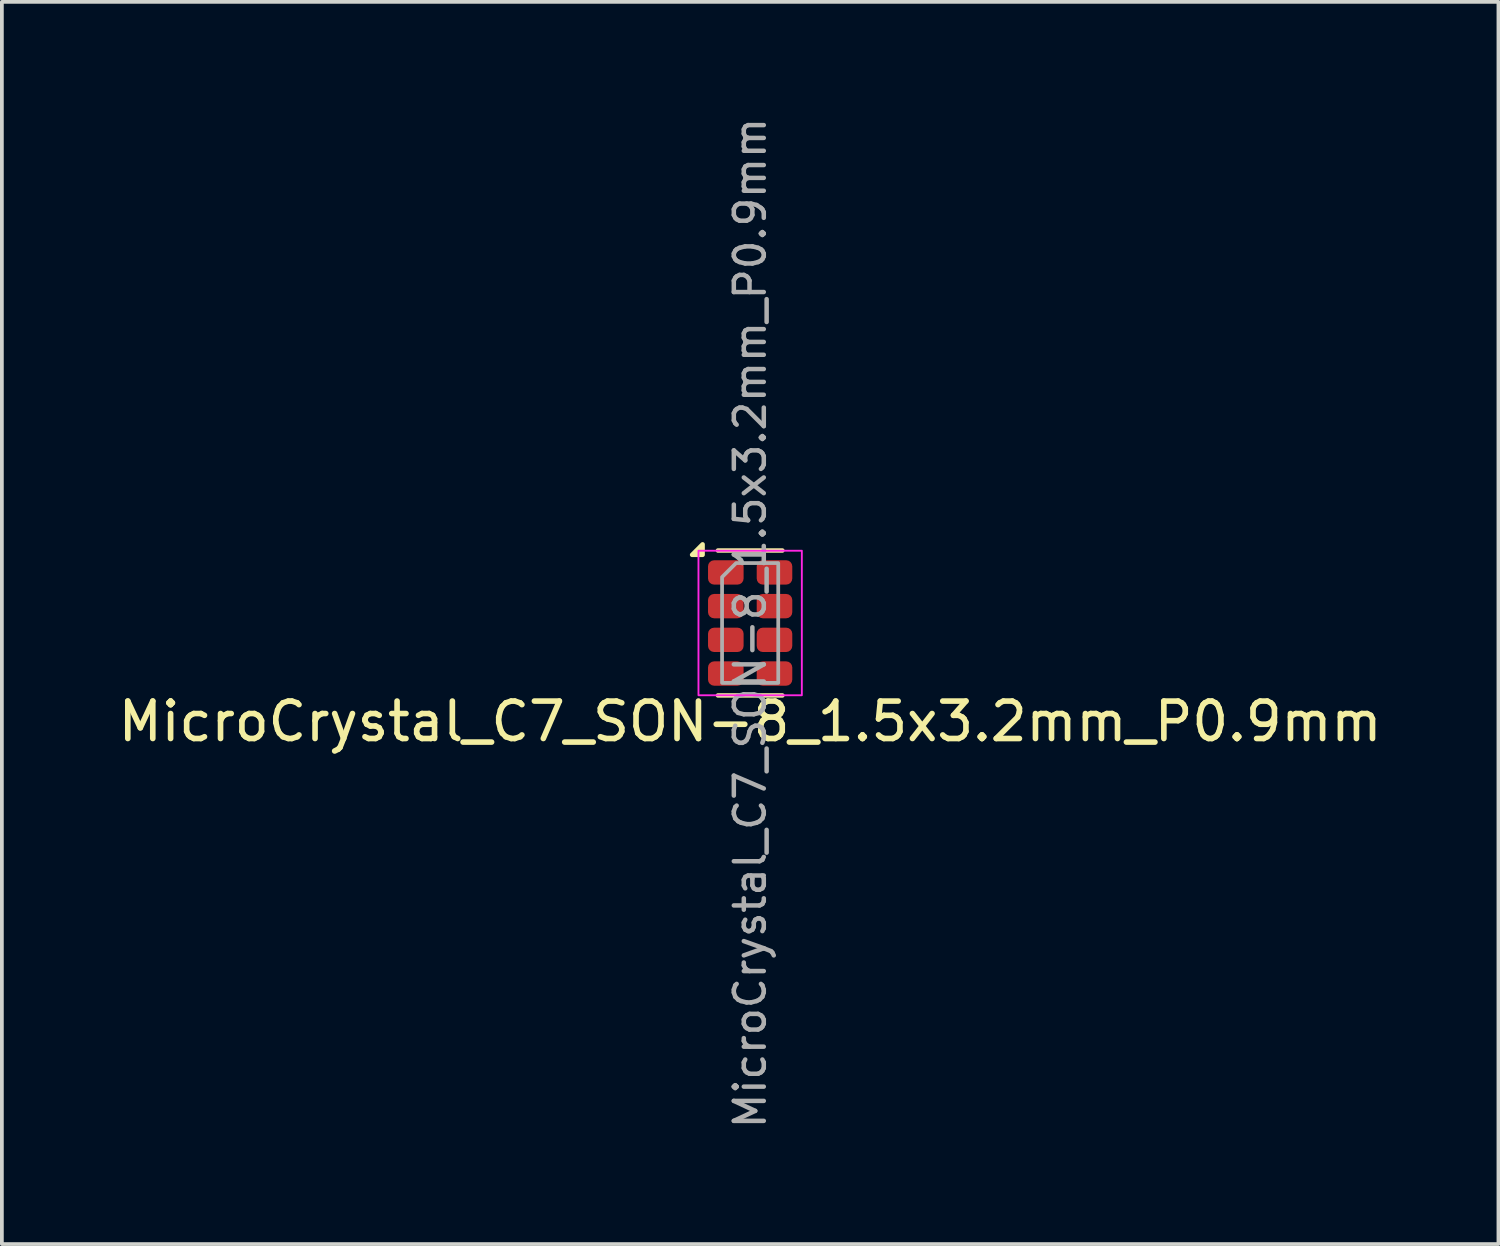
<source format=kicad_pcb>
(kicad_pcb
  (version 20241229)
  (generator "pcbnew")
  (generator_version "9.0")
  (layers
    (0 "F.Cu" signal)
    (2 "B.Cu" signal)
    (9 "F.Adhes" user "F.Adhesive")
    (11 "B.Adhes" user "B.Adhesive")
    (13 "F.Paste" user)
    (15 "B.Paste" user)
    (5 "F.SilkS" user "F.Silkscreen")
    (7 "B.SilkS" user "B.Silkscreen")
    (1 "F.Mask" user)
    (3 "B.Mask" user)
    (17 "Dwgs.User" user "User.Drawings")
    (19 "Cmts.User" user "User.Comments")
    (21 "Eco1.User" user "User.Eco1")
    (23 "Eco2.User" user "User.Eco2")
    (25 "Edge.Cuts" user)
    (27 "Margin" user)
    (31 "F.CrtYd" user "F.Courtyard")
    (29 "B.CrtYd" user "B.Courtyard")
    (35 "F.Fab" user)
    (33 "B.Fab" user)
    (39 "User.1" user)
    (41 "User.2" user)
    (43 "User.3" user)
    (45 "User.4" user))
  (footprint "MicroCrystal_C7_SON-8_1.5x3.2mm_P0.9mm"
    (layer "F.Cu")
    (at 16.982 13.586)
    (property "Reference" "MicroCrystal_C7_SON-8_1.5x3.2mm_P0.9mm" (at 0 2.63 0) (layer "F.SilkS") (effects (font (size 1 1) (thickness 0.15))))
    (attr smd)
    (fp_line (start -0.86 -1.935) (end 0.86 -1.935) (stroke (width 0.12) (type solid)) (layer "F.SilkS"))
    (fp_line (start 0.86 1.935) (end -0.86 1.935) (stroke (width 0.12) (type solid)) (layer "F.SilkS"))
    (fp_poly (pts (xy -1.27 -1.82) (xy -1.55 -1.82) (xy -1.27 -2.1)) (stroke (width 0.12) (type solid)) (fill yes) (layer "F.SilkS"))
    (fp_rect (start -1.38 -1.93) (end 1.38 1.93) (stroke (width 0.05) (type solid)) (fill no) (layer "F.CrtYd"))
    (fp_poly (pts (xy -0.75 -1.225) (xy -0.75 1.6) (xy 0.75 1.6) (xy 0.75 -1.6) (xy -0.375 -1.6)) (stroke (width 0.1) (type solid)) (fill no) (layer "F.Fab"))
    (fp_text user "${REFERENCE}" (at 0 0 90) (layer "F.Fab") (effects (font (size 0.8 0.8) (thickness 0.12))))
    (pad "1" smd roundrect (at -0.65 -1.35) (size 0.95 0.65) (layers "F.Cu" "F.Mask" "F.Paste") (roundrect_rratio 0.25))
    (pad "2" smd roundrect (at -0.65 -0.45) (size 0.95 0.65) (layers "F.Cu" "F.Mask" "F.Paste") (roundrect_rratio 0.25))
    (pad "3" smd roundrect (at -0.65 0.45) (size 0.95 0.65) (layers "F.Cu" "F.Mask" "F.Paste") (roundrect_rratio 0.25))
    (pad "4" smd roundrect (at -0.65 1.35) (size 0.95 0.65) (layers "F.Cu" "F.Mask" "F.Paste") (roundrect_rratio 0.25))
    (pad "5" smd roundrect (at 0.65 1.35) (size 0.95 0.65) (layers "F.Cu" "F.Mask" "F.Paste") (roundrect_rratio 0.25))
    (pad "6" smd roundrect (at 0.65 0.45) (size 0.95 0.65) (layers "F.Cu" "F.Mask" "F.Paste") (roundrect_rratio 0.25))
    (pad "7" smd roundrect (at 0.65 -0.45) (size 0.95 0.65) (layers "F.Cu" "F.Mask" "F.Paste") (roundrect_rratio 0.25))
    (pad "8" smd roundrect (at 0.65 -1.35) (size 0.95 0.65) (layers "F.Cu" "F.Mask" "F.Paste") (roundrect_rratio 0.25)))
  (gr_rect
    (start -3 -3)
    (end 36.964 30.171)
    (stroke (width 0.1) (type default))
    (fill no)
    (layer "Edge.Cuts")))
</source>
